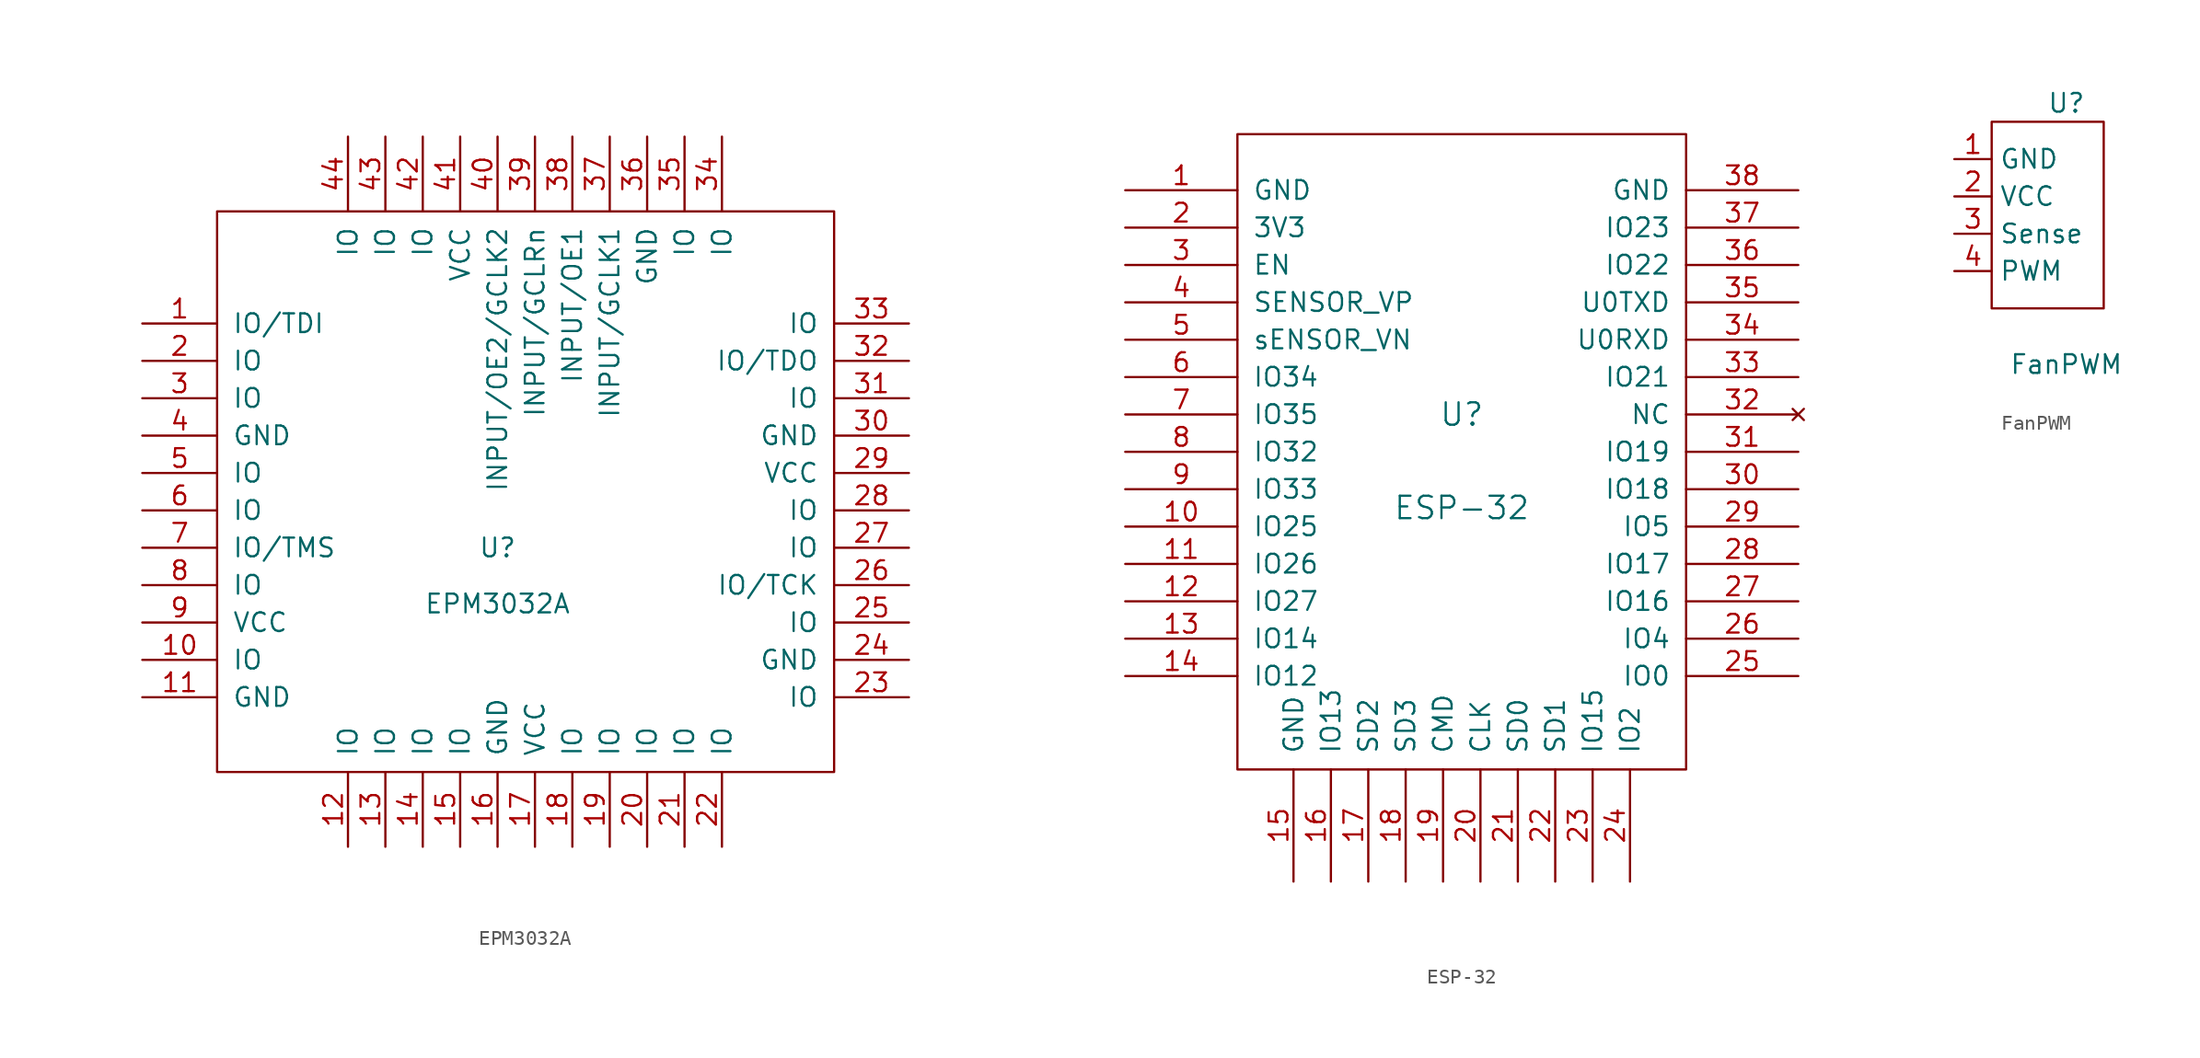
<source format=kicad_sym>
(kicad_symbol_lib
  (version 20220914)
  (generator kicad_symbol_editor)
  (symbol "EPM3032A"
    (pin_names
      (offset 1.016))
    (property "Reference" "U"
      (at -2.54 -2.54 0)
      (effects (font (size 1.27 1.27))))
    (property "Value" "EPM3032A"
      (at -2.54 -6.35 0)
      (effects (font (size 1.27 1.27))))
    (symbol "EPM3032A_0_1"
      (rectangle (start -21.59 20.32) (end 20.32 -17.78) (stroke (width 0) (type default)) (fill (type none))))
    (symbol "EPM3032A_1_1"
      (pin input line (at -26.67 12.7 0) (length 5.08) (name "IO/TDI" (effects (font (size 1.27 1.27)))) (number "1" (effects (font (size 1.27 1.27)))))
      (pin input line (at -26.67 -10.16 0) (length 5.08) (name "IO" (effects (font (size 1.27 1.27)))) (number "10" (effects (font (size 1.27 1.27)))))
      (pin input line (at -26.67 -12.7 0) (length 5.08) (name "GND" (effects (font (size 1.27 1.27)))) (number "11" (effects (font (size 1.27 1.27)))))
      (pin input line (at -12.7 -22.86 90) (length 5.08) (name "IO" (effects (font (size 1.27 1.27)))) (number "12" (effects (font (size 1.27 1.27)))))
      (pin input line (at -10.16 -22.86 90) (length 5.08) (name "IO" (effects (font (size 1.27 1.27)))) (number "13" (effects (font (size 1.27 1.27)))))
      (pin input line (at -7.62 -22.86 90) (length 5.08) (name "IO" (effects (font (size 1.27 1.27)))) (number "14" (effects (font (size 1.27 1.27)))))
      (pin input line (at -5.08 -22.86 90) (length 5.08) (name "IO" (effects (font (size 1.27 1.27)))) (number "15" (effects (font (size 1.27 1.27)))))
      (pin input line (at -2.54 -22.86 90) (length 5.08) (name "GND" (effects (font (size 1.27 1.27)))) (number "16" (effects (font (size 1.27 1.27)))))
      (pin input line (at 0 -22.86 90) (length 5.08) (name "VCC" (effects (font (size 1.27 1.27)))) (number "17" (effects (font (size 1.27 1.27)))))
      (pin input line (at 2.54 -22.86 90) (length 5.08) (name "IO" (effects (font (size 1.27 1.27)))) (number "18" (effects (font (size 1.27 1.27)))))
      (pin input line (at 5.08 -22.86 90) (length 5.08) (name "IO" (effects (font (size 1.27 1.27)))) (number "19" (effects (font (size 1.27 1.27)))))
      (pin input line (at -26.67 10.16 0) (length 5.08) (name "IO" (effects (font (size 1.27 1.27)))) (number "2" (effects (font (size 1.27 1.27)))))
      (pin input line (at 7.62 -22.86 90) (length 5.08) (name "IO" (effects (font (size 1.27 1.27)))) (number "20" (effects (font (size 1.27 1.27)))))
      (pin input line (at 10.16 -22.86 90) (length 5.08) (name "IO" (effects (font (size 1.27 1.27)))) (number "21" (effects (font (size 1.27 1.27)))))
      (pin input line (at 12.7 -22.86 90) (length 5.08) (name "IO" (effects (font (size 1.27 1.27)))) (number "22" (effects (font (size 1.27 1.27)))))
      (pin input line (at 25.4 -12.7 180) (length 5.08) (name "IO" (effects (font (size 1.27 1.27)))) (number "23" (effects (font (size 1.27 1.27)))))
      (pin input line (at 25.4 -10.16 180) (length 5.08) (name "GND" (effects (font (size 1.27 1.27)))) (number "24" (effects (font (size 1.27 1.27)))))
      (pin input line (at 25.4 -7.62 180) (length 5.08) (name "IO" (effects (font (size 1.27 1.27)))) (number "25" (effects (font (size 1.27 1.27)))))
      (pin input line (at 25.4 -5.08 180) (length 5.08) (name "IO/TCK" (effects (font (size 1.27 1.27)))) (number "26" (effects (font (size 1.27 1.27)))))
      (pin input line (at 25.4 -2.54 180) (length 5.08) (name "IO" (effects (font (size 1.27 1.27)))) (number "27" (effects (font (size 1.27 1.27)))))
      (pin input line (at 25.4 0 180) (length 5.08) (name "IO" (effects (font (size 1.27 1.27)))) (number "28" (effects (font (size 1.27 1.27)))))
      (pin input line (at 25.4 2.54 180) (length 5.08) (name "VCC" (effects (font (size 1.27 1.27)))) (number "29" (effects (font (size 1.27 1.27)))))
      (pin input line (at -26.67 7.62 0) (length 5.08) (name "IO" (effects (font (size 1.27 1.27)))) (number "3" (effects (font (size 1.27 1.27)))))
      (pin input line (at 25.4 5.08 180) (length 5.08) (name "GND" (effects (font (size 1.27 1.27)))) (number "30" (effects (font (size 1.27 1.27)))))
      (pin input line (at 25.4 7.62 180) (length 5.08) (name "IO" (effects (font (size 1.27 1.27)))) (number "31" (effects (font (size 1.27 1.27)))))
      (pin input line (at 25.4 10.16 180) (length 5.08) (name "IO/TDO" (effects (font (size 1.27 1.27)))) (number "32" (effects (font (size 1.27 1.27)))))
      (pin input line (at 25.4 12.7 180) (length 5.08) (name "IO" (effects (font (size 1.27 1.27)))) (number "33" (effects (font (size 1.27 1.27)))))
      (pin input line (at 12.7 25.4 270) (length 5.08) (name "IO" (effects (font (size 1.27 1.27)))) (number "34" (effects (font (size 1.27 1.27)))))
      (pin input line (at 10.16 25.4 270) (length 5.08) (name "IO" (effects (font (size 1.27 1.27)))) (number "35" (effects (font (size 1.27 1.27)))))
      (pin input line (at 7.62 25.4 270) (length 5.08) (name "GND" (effects (font (size 1.27 1.27)))) (number "36" (effects (font (size 1.27 1.27)))))
      (pin input line (at 5.08 25.4 270) (length 5.08) (name "INPUT/GCLK1" (effects (font (size 1.27 1.27)))) (number "37" (effects (font (size 1.27 1.27)))))
      (pin input line (at 2.54 25.4 270) (length 5.08) (name "INPUT/OE1" (effects (font (size 1.27 1.27)))) (number "38" (effects (font (size 1.27 1.27)))))
      (pin input line (at 0 25.4 270) (length 5.08) (name "INPUT/GCLRn" (effects (font (size 1.27 1.27)))) (number "39" (effects (font (size 1.27 1.27)))))
      (pin input line (at -26.67 5.08 0) (length 5.08) (name "GND" (effects (font (size 1.27 1.27)))) (number "4" (effects (font (size 1.27 1.27)))))
      (pin input line (at -2.54 25.4 270) (length 5.08) (name "INPUT/OE2/GCLK2" (effects (font (size 1.27 1.27)))) (number "40" (effects (font (size 1.27 1.27)))))
      (pin input line (at -5.08 25.4 270) (length 5.08) (name "VCC" (effects (font (size 1.27 1.27)))) (number "41" (effects (font (size 1.27 1.27)))))
      (pin input line (at -7.62 25.4 270) (length 5.08) (name "IO" (effects (font (size 1.27 1.27)))) (number "42" (effects (font (size 1.27 1.27)))))
      (pin input line (at -10.16 25.4 270) (length 5.08) (name "IO" (effects (font (size 1.27 1.27)))) (number "43" (effects (font (size 1.27 1.27)))))
      (pin input line (at -12.7 25.4 270) (length 5.08) (name "IO" (effects (font (size 1.27 1.27)))) (number "44" (effects (font (size 1.27 1.27)))))
      (pin input line (at -26.67 2.54 0) (length 5.08) (name "IO" (effects (font (size 1.27 1.27)))) (number "5" (effects (font (size 1.27 1.27)))))
      (pin input line (at -26.67 0 0) (length 5.08) (name "IO" (effects (font (size 1.27 1.27)))) (number "6" (effects (font (size 1.27 1.27)))))
      (pin input line (at -26.67 -2.54 0) (length 5.08) (name "IO/TMS" (effects (font (size 1.27 1.27)))) (number "7" (effects (font (size 1.27 1.27)))))
      (pin input line (at -26.67 -5.08 0) (length 5.08) (name "IO" (effects (font (size 1.27 1.27)))) (number "8" (effects (font (size 1.27 1.27)))))
      (pin input line (at -26.67 -7.62 0) (length 5.08) (name "VCC" (effects (font (size 1.27 1.27)))) (number "9" (effects (font (size 1.27 1.27)))))))
  (symbol "ESP-32"
    (pin_names
      (offset 1.016))
    (property "Reference" "U"
      (at 0 5.08 0)
      (effects (font (size 1.524 1.524))))
    (property "Value" "ESP-32"
      (at 0 -1.27 0)
      (effects (font (size 1.524 1.524))))
    (symbol "ESP-32_0_1"
      (rectangle (start -15.24 24.13) (end 15.24 -19.05) (stroke (width 0) (type default)) (fill (type none))))
    (symbol "ESP-32_1_1"
      (pin input line (at -22.86 20.32 0) (length 7.62) (name "GND" (effects (font (size 1.27 1.27)))) (number "1" (effects (font (size 1.27 1.27)))))
      (pin input line (at -22.86 -2.54 0) (length 7.62) (name "IO25" (effects (font (size 1.27 1.27)))) (number "10" (effects (font (size 1.27 1.27)))))
      (pin input line (at -22.86 -5.08 0) (length 7.62) (name "IO26" (effects (font (size 1.27 1.27)))) (number "11" (effects (font (size 1.27 1.27)))))
      (pin input line (at -22.86 -7.62 0) (length 7.62) (name "IO27" (effects (font (size 1.27 1.27)))) (number "12" (effects (font (size 1.27 1.27)))))
      (pin input line (at -22.86 -10.16 0) (length 7.62) (name "IO14" (effects (font (size 1.27 1.27)))) (number "13" (effects (font (size 1.27 1.27)))))
      (pin input line (at -22.86 -12.7 0) (length 7.62) (name "IO12" (effects (font (size 1.27 1.27)))) (number "14" (effects (font (size 1.27 1.27)))))
      (pin input line (at -11.43 -26.67 90) (length 7.62) (name "GND" (effects (font (size 1.27 1.27)))) (number "15" (effects (font (size 1.27 1.27)))))
      (pin input line (at -8.89 -26.67 90) (length 7.62) (name "IO13" (effects (font (size 1.27 1.27)))) (number "16" (effects (font (size 1.27 1.27)))))
      (pin input line (at -6.35 -26.67 90) (length 7.62) (name "SD2" (effects (font (size 1.27 1.27)))) (number "17" (effects (font (size 1.27 1.27)))))
      (pin input line (at -3.81 -26.67 90) (length 7.62) (name "SD3" (effects (font (size 1.27 1.27)))) (number "18" (effects (font (size 1.27 1.27)))))
      (pin input line (at -1.27 -26.67 90) (length 7.62) (name "CMD" (effects (font (size 1.27 1.27)))) (number "19" (effects (font (size 1.27 1.27)))))
      (pin input line (at -22.86 17.78 0) (length 7.62) (name "3V3" (effects (font (size 1.27 1.27)))) (number "2" (effects (font (size 1.27 1.27)))))
      (pin input line (at 1.27 -26.67 90) (length 7.62) (name "CLK" (effects (font (size 1.27 1.27)))) (number "20" (effects (font (size 1.27 1.27)))))
      (pin input line (at 3.81 -26.67 90) (length 7.62) (name "SD0" (effects (font (size 1.27 1.27)))) (number "21" (effects (font (size 1.27 1.27)))))
      (pin input line (at 6.35 -26.67 90) (length 7.62) (name "SD1" (effects (font (size 1.27 1.27)))) (number "22" (effects (font (size 1.27 1.27)))))
      (pin input line (at 8.89 -26.67 90) (length 7.62) (name "IO15" (effects (font (size 1.27 1.27)))) (number "23" (effects (font (size 1.27 1.27)))))
      (pin input line (at 11.43 -26.67 90) (length 7.62) (name "IO2" (effects (font (size 1.27 1.27)))) (number "24" (effects (font (size 1.27 1.27)))))
      (pin input line (at 22.86 -12.7 180) (length 7.62) (name "IO0" (effects (font (size 1.27 1.27)))) (number "25" (effects (font (size 1.27 1.27)))))
      (pin input line (at 22.86 -10.16 180) (length 7.62) (name "IO4" (effects (font (size 1.27 1.27)))) (number "26" (effects (font (size 1.27 1.27)))))
      (pin input line (at 22.86 -7.62 180) (length 7.62) (name "IO16" (effects (font (size 1.27 1.27)))) (number "27" (effects (font (size 1.27 1.27)))))
      (pin input line (at 22.86 -5.08 180) (length 7.62) (name "IO17" (effects (font (size 1.27 1.27)))) (number "28" (effects (font (size 1.27 1.27)))))
      (pin input line (at 22.86 -2.54 180) (length 7.62) (name "IO5" (effects (font (size 1.27 1.27)))) (number "29" (effects (font (size 1.27 1.27)))))
      (pin input line (at -22.86 15.24 0) (length 7.62) (name "EN" (effects (font (size 1.27 1.27)))) (number "3" (effects (font (size 1.27 1.27)))))
      (pin input line (at 22.86 0 180) (length 7.62) (name "IO18" (effects (font (size 1.27 1.27)))) (number "30" (effects (font (size 1.27 1.27)))))
      (pin input line (at 22.86 2.54 180) (length 7.62) (name "IO19" (effects (font (size 1.27 1.27)))) (number "31" (effects (font (size 1.27 1.27)))))
      (pin no_connect line (at 22.86 5.08 180) (length 7.62) (name "NC" (effects (font (size 1.27 1.27)))) (number "32" (effects (font (size 1.27 1.27)))))
      (pin input line (at 22.86 7.62 180) (length 7.62) (name "IO21" (effects (font (size 1.27 1.27)))) (number "33" (effects (font (size 1.27 1.27)))))
      (pin input line (at 22.86 10.16 180) (length 7.62) (name "U0RXD" (effects (font (size 1.27 1.27)))) (number "34" (effects (font (size 1.27 1.27)))))
      (pin input line (at 22.86 12.7 180) (length 7.62) (name "U0TXD" (effects (font (size 1.27 1.27)))) (number "35" (effects (font (size 1.27 1.27)))))
      (pin input line (at 22.86 15.24 180) (length 7.62) (name "IO22" (effects (font (size 1.27 1.27)))) (number "36" (effects (font (size 1.27 1.27)))))
      (pin input line (at 22.86 17.78 180) (length 7.62) (name "IO23" (effects (font (size 1.27 1.27)))) (number "37" (effects (font (size 1.27 1.27)))))
      (pin input line (at 22.86 20.32 180) (length 7.62) (name "GND" (effects (font (size 1.27 1.27)))) (number "38" (effects (font (size 1.27 1.27)))))
      (pin input line (at -22.86 12.7 0) (length 7.62) (name "SENSOR_VP" (effects (font (size 1.27 1.27)))) (number "4" (effects (font (size 1.27 1.27)))))
      (pin input line (at -22.86 10.16 0) (length 7.62) (name "sENSOR_VN" (effects (font (size 1.27 1.27)))) (number "5" (effects (font (size 1.27 1.27)))))
      (pin input line (at -22.86 7.62 0) (length 7.62) (name "IO34" (effects (font (size 1.27 1.27)))) (number "6" (effects (font (size 1.27 1.27)))))
      (pin input line (at -22.86 5.08 0) (length 7.62) (name "IO35" (effects (font (size 1.27 1.27)))) (number "7" (effects (font (size 1.27 1.27)))))
      (pin input line (at -22.86 2.54 0) (length 7.62) (name "IO32" (effects (font (size 1.27 1.27)))) (number "8" (effects (font (size 1.27 1.27)))))
      (pin input line (at -22.86 0 0) (length 7.62) (name "IO33" (effects (font (size 1.27 1.27)))) (number "9" (effects (font (size 1.27 1.27)))))))
  (symbol "FanPWM"
    (property "Reference" "U"
      (at 1.27 7.62 0)
      (effects (font (size 1.27 1.27))))
    (property "Value" "FanPWM"
      (at 1.27 -10.16 0)
      (effects (font (size 1.27 1.27))))
    (symbol "FanPWM_0_1"
      (rectangle (start -3.81 6.35) (end 3.81 -6.35) (stroke (width 0) (type default)) (fill (type none))))
    (symbol "FanPWM_1_1"
      (pin input line (at -6.35 3.81 0) (length 2.54) (name "GND" (effects (font (size 1.27 1.27)))) (number "1" (effects (font (size 1.27 1.27)))))
      (pin input line (at -6.35 1.27 0) (length 2.54) (name "VCC" (effects (font (size 1.27 1.27)))) (number "2" (effects (font (size 1.27 1.27)))))
      (pin input line (at -6.35 -1.27 0) (length 2.54) (name "Sense" (effects (font (size 1.27 1.27)))) (number "3" (effects (font (size 1.27 1.27)))))
      (pin input line (at -6.35 -3.81 0) (length 2.54) (name "PWM" (effects (font (size 1.27 1.27)))) (number "4" (effects (font (size 1.27 1.27))))))))
</source>
